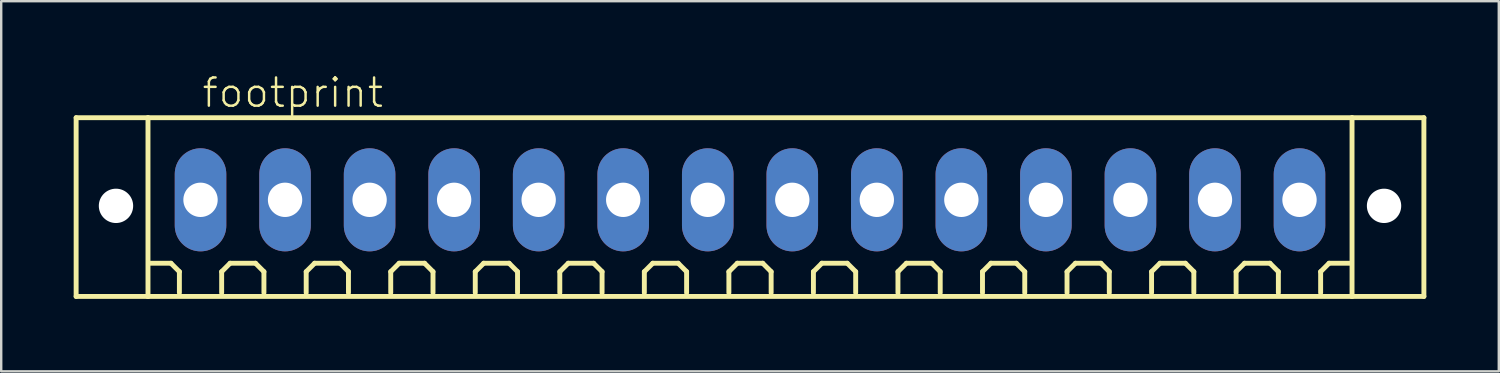
<source format=kicad_pcb>
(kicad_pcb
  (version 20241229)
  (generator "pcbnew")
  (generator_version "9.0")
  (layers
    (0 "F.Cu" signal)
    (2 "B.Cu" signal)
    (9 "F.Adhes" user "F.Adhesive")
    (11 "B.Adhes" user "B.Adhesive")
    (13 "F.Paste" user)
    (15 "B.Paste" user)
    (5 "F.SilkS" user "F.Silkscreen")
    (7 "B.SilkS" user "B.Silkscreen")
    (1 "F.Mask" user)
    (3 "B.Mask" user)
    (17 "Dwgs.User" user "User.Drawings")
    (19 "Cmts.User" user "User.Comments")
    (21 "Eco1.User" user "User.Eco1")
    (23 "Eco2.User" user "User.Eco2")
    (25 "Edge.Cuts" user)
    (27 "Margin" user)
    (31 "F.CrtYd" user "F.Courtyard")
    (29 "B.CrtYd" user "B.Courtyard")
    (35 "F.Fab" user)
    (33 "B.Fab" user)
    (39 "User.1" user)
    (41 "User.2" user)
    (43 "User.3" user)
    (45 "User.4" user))
  (footprint "footprint"
    (layer "F.Cu")
    (at 28.002 5.223)
    (property "Reference" "footprint" (at -22.75 -3.75 0) (layer "F.SilkS") (effects (font (size 1.168 1.168) (thickness 0.102)) (justify left bottom)))
    (fp_line (start -27.9 -3.4) (end -24.925 -3.4) (stroke (width 0.203) (type solid)) (layer "F.SilkS"))
    (fp_line (start -27.9 4) (end -27.9 -3.4) (stroke (width 0.203) (type solid)) (layer "F.SilkS"))
    (fp_line (start -24.925 -3.4) (end 24.925 -3.4) (stroke (width 0.203) (type solid)) (layer "F.SilkS"))
    (fp_line (start -24.925 4) (end -27.9 4) (stroke (width 0.203) (type solid)) (layer "F.SilkS"))
    (fp_line (start -24.925 4) (end -24.925 -3.4) (stroke (width 0.203) (type solid)) (layer "F.SilkS"))
    (fp_line (start -23.975 2.625) (end -24.85 2.625) (stroke (width 0.203) (type solid)) (layer "F.SilkS"))
    (fp_line (start -23.625 2.975) (end -23.975 2.625) (stroke (width 0.203) (type solid)) (layer "F.SilkS"))
    (fp_line (start -23.625 3.85) (end -23.625 2.975) (stroke (width 0.203) (type solid)) (layer "F.SilkS"))
    (fp_line (start -21.875 2.975) (end -21.525 2.625) (stroke (width 0.203) (type solid)) (layer "F.SilkS"))
    (fp_line (start -21.875 3.85) (end -21.875 2.975) (stroke (width 0.203) (type solid)) (layer "F.SilkS"))
    (fp_line (start -21.525 2.625) (end -20.475 2.625) (stroke (width 0.203) (type solid)) (layer "F.SilkS"))
    (fp_line (start -20.475 2.625) (end -20.125 2.975) (stroke (width 0.203) (type solid)) (layer "F.SilkS"))
    (fp_line (start -20.125 2.975) (end -20.125 3.85) (stroke (width 0.203) (type solid)) (layer "F.SilkS"))
    (fp_line (start -18.375 2.975) (end -18.025 2.625) (stroke (width 0.203) (type solid)) (layer "F.SilkS"))
    (fp_line (start -18.375 3.85) (end -18.375 2.975) (stroke (width 0.203) (type solid)) (layer "F.SilkS"))
    (fp_line (start -18.025 2.625) (end -16.975 2.625) (stroke (width 0.203) (type solid)) (layer "F.SilkS"))
    (fp_line (start -16.975 2.625) (end -16.625 2.975) (stroke (width 0.203) (type solid)) (layer "F.SilkS"))
    (fp_line (start -16.625 2.975) (end -16.625 3.85) (stroke (width 0.203) (type solid)) (layer "F.SilkS"))
    (fp_line (start -14.875 2.975) (end -14.525 2.625) (stroke (width 0.203) (type solid)) (layer "F.SilkS"))
    (fp_line (start -14.875 3.85) (end -14.875 2.975) (stroke (width 0.203) (type solid)) (layer "F.SilkS"))
    (fp_line (start -14.525 2.625) (end -13.475 2.625) (stroke (width 0.203) (type solid)) (layer "F.SilkS"))
    (fp_line (start -13.475 2.625) (end -13.125 2.975) (stroke (width 0.203) (type solid)) (layer "F.SilkS"))
    (fp_line (start -13.125 2.975) (end -13.125 3.85) (stroke (width 0.203) (type solid)) (layer "F.SilkS"))
    (fp_line (start -11.375 2.975) (end -11.025 2.625) (stroke (width 0.203) (type solid)) (layer "F.SilkS"))
    (fp_line (start -11.375 3.85) (end -11.375 2.975) (stroke (width 0.203) (type solid)) (layer "F.SilkS"))
    (fp_line (start -11.025 2.625) (end -9.975 2.625) (stroke (width 0.203) (type solid)) (layer "F.SilkS"))
    (fp_line (start -9.975 2.625) (end -9.625 2.975) (stroke (width 0.203) (type solid)) (layer "F.SilkS"))
    (fp_line (start -9.625 2.975) (end -9.625 3.85) (stroke (width 0.203) (type solid)) (layer "F.SilkS"))
    (fp_line (start -7.875 2.975) (end -7.525 2.625) (stroke (width 0.203) (type solid)) (layer "F.SilkS"))
    (fp_line (start -7.875 3.85) (end -7.875 2.975) (stroke (width 0.203) (type solid)) (layer "F.SilkS"))
    (fp_line (start -7.525 2.625) (end -6.475 2.625) (stroke (width 0.203) (type solid)) (layer "F.SilkS"))
    (fp_line (start -6.475 2.625) (end -6.125 2.975) (stroke (width 0.203) (type solid)) (layer "F.SilkS"))
    (fp_line (start -6.125 2.975) (end -6.125 3.85) (stroke (width 0.203) (type solid)) (layer "F.SilkS"))
    (fp_line (start -4.375 2.975) (end -4.025 2.625) (stroke (width 0.203) (type solid)) (layer "F.SilkS"))
    (fp_line (start -4.375 3.85) (end -4.375 2.975) (stroke (width 0.203) (type solid)) (layer "F.SilkS"))
    (fp_line (start -4.025 2.625) (end -2.975 2.625) (stroke (width 0.203) (type solid)) (layer "F.SilkS"))
    (fp_line (start -2.975 2.625) (end -2.625 2.975) (stroke (width 0.203) (type solid)) (layer "F.SilkS"))
    (fp_line (start -2.625 2.975) (end -2.625 3.85) (stroke (width 0.203) (type solid)) (layer "F.SilkS"))
    (fp_line (start -0.875 2.975) (end -0.525 2.625) (stroke (width 0.203) (type solid)) (layer "F.SilkS"))
    (fp_line (start -0.875 3.85) (end -0.875 2.975) (stroke (width 0.203) (type solid)) (layer "F.SilkS"))
    (fp_line (start -0.525 2.625) (end 0.525 2.625) (stroke (width 0.203) (type solid)) (layer "F.SilkS"))
    (fp_line (start 0.525 2.625) (end 0.875 2.975) (stroke (width 0.203) (type solid)) (layer "F.SilkS"))
    (fp_line (start 0.875 2.975) (end 0.875 3.85) (stroke (width 0.203) (type solid)) (layer "F.SilkS"))
    (fp_line (start 2.625 2.975) (end 2.975 2.625) (stroke (width 0.203) (type solid)) (layer "F.SilkS"))
    (fp_line (start 2.625 3.85) (end 2.625 2.975) (stroke (width 0.203) (type solid)) (layer "F.SilkS"))
    (fp_line (start 2.975 2.625) (end 4.025 2.625) (stroke (width 0.203) (type solid)) (layer "F.SilkS"))
    (fp_line (start 4.025 2.625) (end 4.375 2.975) (stroke (width 0.203) (type solid)) (layer "F.SilkS"))
    (fp_line (start 4.375 2.975) (end 4.375 3.85) (stroke (width 0.203) (type solid)) (layer "F.SilkS"))
    (fp_line (start 6.125 2.975) (end 6.475 2.625) (stroke (width 0.203) (type solid)) (layer "F.SilkS"))
    (fp_line (start 6.125 3.85) (end 6.125 2.975) (stroke (width 0.203) (type solid)) (layer "F.SilkS"))
    (fp_line (start 6.475 2.625) (end 7.525 2.625) (stroke (width 0.203) (type solid)) (layer "F.SilkS"))
    (fp_line (start 7.525 2.625) (end 7.875 2.975) (stroke (width 0.203) (type solid)) (layer "F.SilkS"))
    (fp_line (start 7.875 2.975) (end 7.875 3.85) (stroke (width 0.203) (type solid)) (layer "F.SilkS"))
    (fp_line (start 9.625 2.975) (end 9.975 2.625) (stroke (width 0.203) (type solid)) (layer "F.SilkS"))
    (fp_line (start 9.625 3.85) (end 9.625 2.975) (stroke (width 0.203) (type solid)) (layer "F.SilkS"))
    (fp_line (start 9.975 2.625) (end 11.025 2.625) (stroke (width 0.203) (type solid)) (layer "F.SilkS"))
    (fp_line (start 11.025 2.625) (end 11.375 2.975) (stroke (width 0.203) (type solid)) (layer "F.SilkS"))
    (fp_line (start 11.375 2.975) (end 11.375 3.85) (stroke (width 0.203) (type solid)) (layer "F.SilkS"))
    (fp_line (start 13.125 2.975) (end 13.475 2.625) (stroke (width 0.203) (type solid)) (layer "F.SilkS"))
    (fp_line (start 13.125 3.85) (end 13.125 2.975) (stroke (width 0.203) (type solid)) (layer "F.SilkS"))
    (fp_line (start 13.475 2.625) (end 14.525 2.625) (stroke (width 0.203) (type solid)) (layer "F.SilkS"))
    (fp_line (start 14.525 2.625) (end 14.875 2.975) (stroke (width 0.203) (type solid)) (layer "F.SilkS"))
    (fp_line (start 14.875 2.975) (end 14.875 3.85) (stroke (width 0.203) (type solid)) (layer "F.SilkS"))
    (fp_line (start 16.625 2.975) (end 16.975 2.625) (stroke (width 0.203) (type solid)) (layer "F.SilkS"))
    (fp_line (start 16.625 3.85) (end 16.625 2.975) (stroke (width 0.203) (type solid)) (layer "F.SilkS"))
    (fp_line (start 16.975 2.625) (end 18.025 2.625) (stroke (width 0.203) (type solid)) (layer "F.SilkS"))
    (fp_line (start 18.025 2.625) (end 18.375 2.975) (stroke (width 0.203) (type solid)) (layer "F.SilkS"))
    (fp_line (start 18.375 2.975) (end 18.375 3.85) (stroke (width 0.203) (type solid)) (layer "F.SilkS"))
    (fp_line (start 20.125 2.975) (end 20.475 2.625) (stroke (width 0.203) (type solid)) (layer "F.SilkS"))
    (fp_line (start 20.125 3.85) (end 20.125 2.975) (stroke (width 0.203) (type solid)) (layer "F.SilkS"))
    (fp_line (start 20.475 2.625) (end 21.525 2.625) (stroke (width 0.203) (type solid)) (layer "F.SilkS"))
    (fp_line (start 21.525 2.625) (end 21.875 2.975) (stroke (width 0.203) (type solid)) (layer "F.SilkS"))
    (fp_line (start 21.875 2.975) (end 21.875 3.85) (stroke (width 0.203) (type solid)) (layer "F.SilkS"))
    (fp_line (start 23.625 2.975) (end 23.975 2.625) (stroke (width 0.203) (type solid)) (layer "F.SilkS"))
    (fp_line (start 23.625 3.85) (end 23.625 2.975) (stroke (width 0.203) (type solid)) (layer "F.SilkS"))
    (fp_line (start 23.975 2.625) (end 24.85 2.625) (stroke (width 0.203) (type solid)) (layer "F.SilkS"))
    (fp_line (start 24.925 -3.4) (end 24.925 4) (stroke (width 0.203) (type solid)) (layer "F.SilkS"))
    (fp_line (start 24.925 -3.4) (end 27.9 -3.4) (stroke (width 0.203) (type solid)) (layer "F.SilkS"))
    (fp_line (start 24.925 4) (end -24.925 4) (stroke (width 0.203) (type solid)) (layer "F.SilkS"))
    (fp_line (start 27.9 -3.4) (end 27.9 4) (stroke (width 0.203) (type solid)) (layer "F.SilkS"))
    (fp_line (start 27.9 4) (end 24.925 4) (stroke (width 0.203) (type solid)) (layer "F.SilkS"))
    (pad "" np_thru_hole circle (at -26.25 0.25) (size 1.422 1.422) (drill 1.422) (layers "*.Cu" "*.Mask"))
    (pad "" np_thru_hole circle (at 26.25 0.25) (size 1.422 1.422) (drill 1.422) (layers "*.Cu" "*.Mask"))
    (pad "1" thru_hole oval (at -22.75 0 90) (size 4.267 2.134) (drill 1.422) (layers "*.Cu" "*.Mask"))
    (pad "2" thru_hole oval (at -19.25 0 90) (size 4.267 2.134) (drill 1.422) (layers "*.Cu" "*.Mask"))
    (pad "3" thru_hole oval (at -15.75 0 90) (size 4.267 2.134) (drill 1.422) (layers "*.Cu" "*.Mask"))
    (pad "4" thru_hole oval (at -12.25 0 90) (size 4.267 2.134) (drill 1.422) (layers "*.Cu" "*.Mask"))
    (pad "5" thru_hole oval (at -8.75 0 90) (size 4.267 2.134) (drill 1.422) (layers "*.Cu" "*.Mask"))
    (pad "6" thru_hole oval (at -5.25 0 90) (size 4.267 2.134) (drill 1.422) (layers "*.Cu" "*.Mask"))
    (pad "7" thru_hole oval (at -1.75 0 90) (size 4.267 2.134) (drill 1.422) (layers "*.Cu" "*.Mask"))
    (pad "8" thru_hole oval (at 1.75 0 90) (size 4.267 2.134) (drill 1.422) (layers "*.Cu" "*.Mask"))
    (pad "9" thru_hole oval (at 5.25 0 90) (size 4.267 2.134) (drill 1.422) (layers "*.Cu" "*.Mask"))
    (pad "10" thru_hole oval (at 8.75 0 90) (size 4.267 2.134) (drill 1.422) (layers "*.Cu" "*.Mask"))
    (pad "11" thru_hole oval (at 12.25 0 90) (size 4.267 2.134) (drill 1.422) (layers "*.Cu" "*.Mask"))
    (pad "12" thru_hole oval (at 15.75 0 90) (size 4.267 2.134) (drill 1.422) (layers "*.Cu" "*.Mask"))
    (pad "13" thru_hole oval (at 19.25 0 90) (size 4.267 2.134) (drill 1.422) (layers "*.Cu" "*.Mask"))
    (pad "14" thru_hole oval (at 22.75 0 90) (size 4.267 2.134) (drill 1.422) (layers "*.Cu" "*.Mask")))
  (gr_rect
    (start -3 -3)
    (end 59.003 12.325)
    (stroke (width 0.1) (type default))
    (fill no)
    (layer "Edge.Cuts")))
</source>
